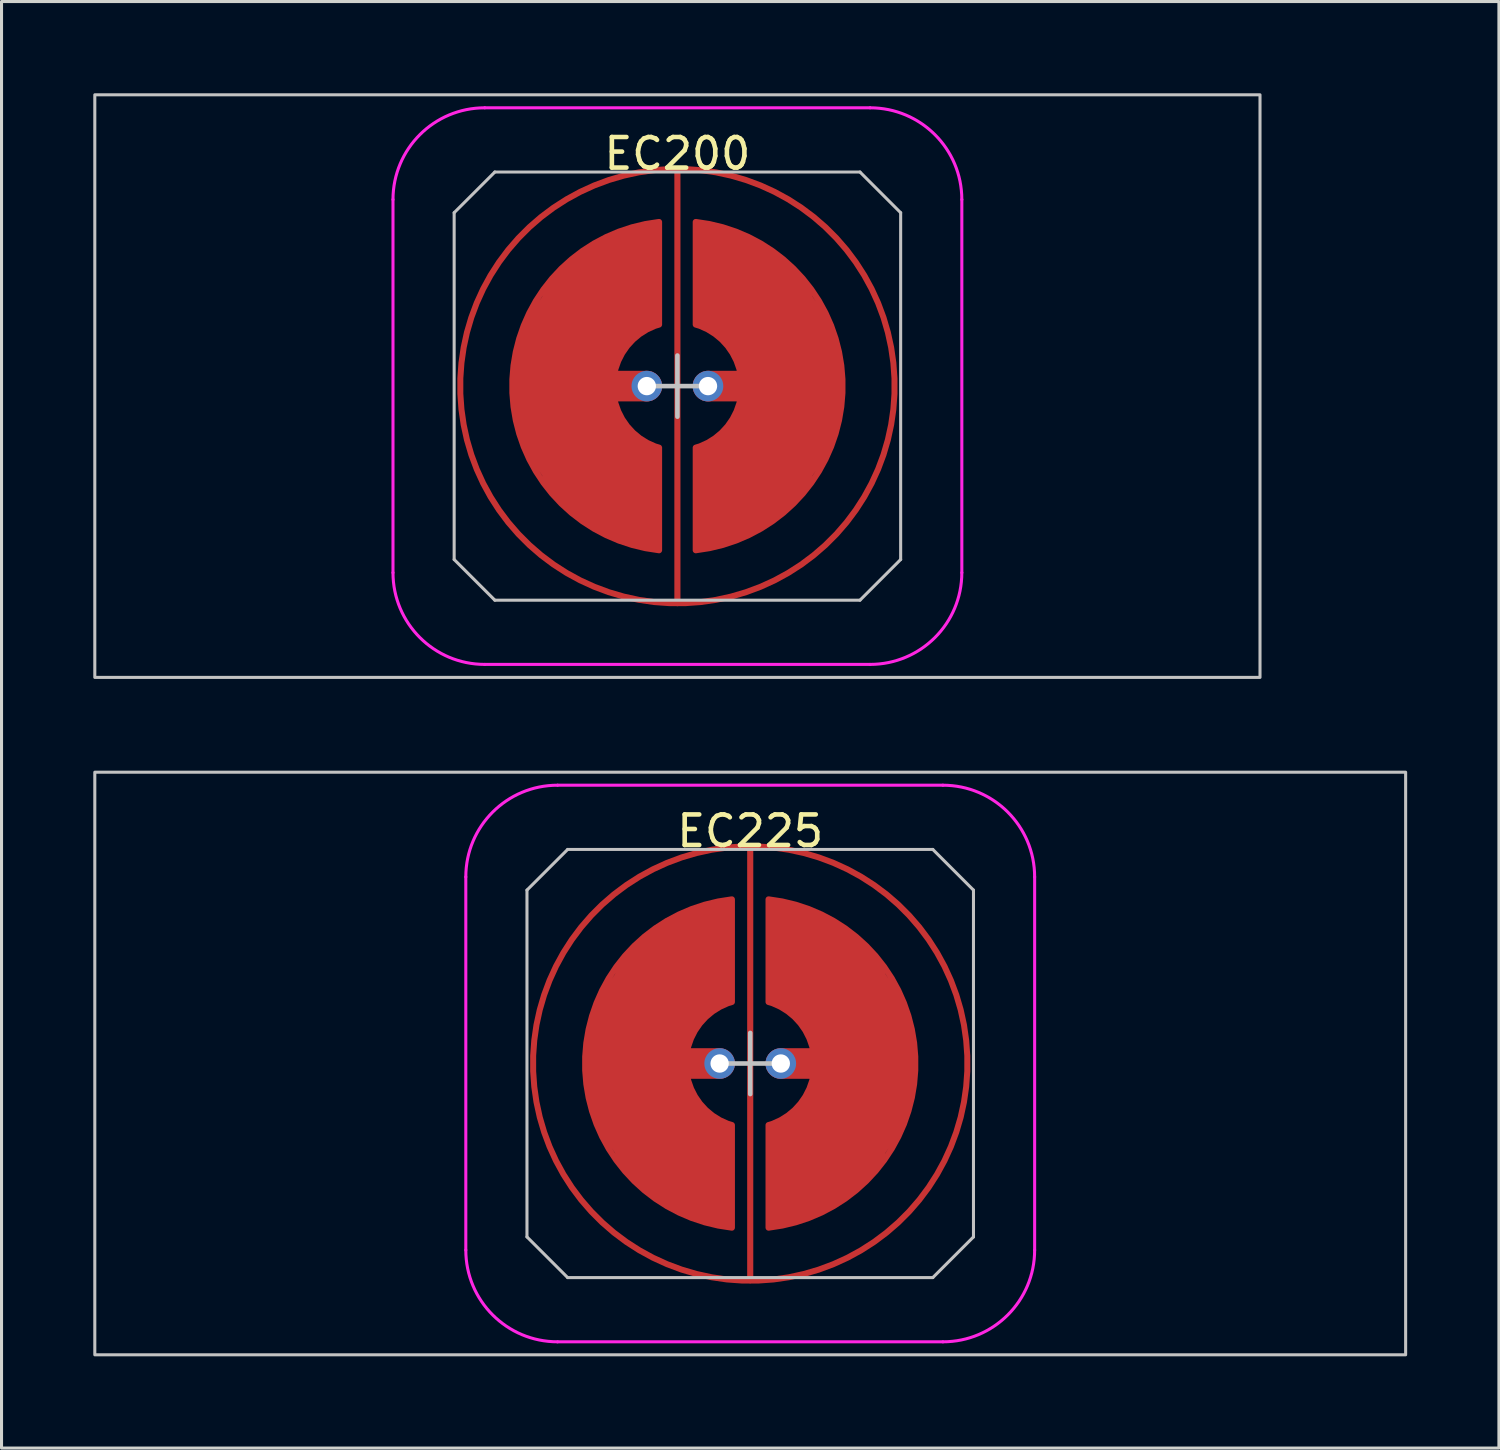
<source format=kicad_pcb>
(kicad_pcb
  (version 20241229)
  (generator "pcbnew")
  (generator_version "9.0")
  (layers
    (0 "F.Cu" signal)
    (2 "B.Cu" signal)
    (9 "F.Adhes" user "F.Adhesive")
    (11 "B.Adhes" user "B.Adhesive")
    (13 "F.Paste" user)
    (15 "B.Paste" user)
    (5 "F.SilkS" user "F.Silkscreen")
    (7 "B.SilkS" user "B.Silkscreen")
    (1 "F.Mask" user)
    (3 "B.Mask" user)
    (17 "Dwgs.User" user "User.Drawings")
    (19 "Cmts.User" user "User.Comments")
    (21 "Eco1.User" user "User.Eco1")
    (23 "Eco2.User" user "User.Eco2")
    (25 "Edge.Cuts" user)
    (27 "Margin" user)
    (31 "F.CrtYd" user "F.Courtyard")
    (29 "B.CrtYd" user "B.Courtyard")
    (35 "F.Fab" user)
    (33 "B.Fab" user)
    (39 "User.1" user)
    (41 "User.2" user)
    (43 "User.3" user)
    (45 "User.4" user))
  (footprint "EC225"
    (layer "F.Cu")
    (at 21.481 31.725)
    (property "Reference" "EC225" (at 0 -7.6 0) (layer "F.SilkS") (effects (font (size 1 1) (thickness 0.15))))
    (attr through_hole exclude_from_pos_files exclude_from_bom)
    (fp_line (start -7.3 -5.67) (end -5.97 -7) (stroke (width 0.1) (type solid)) (layer "Dwgs.User"))
    (fp_line (start -7.3 5.67) (end -7.3 -5.67) (stroke (width 0.1) (type solid)) (layer "Dwgs.User"))
    (fp_line (start -7.3 5.67) (end -5.97 7) (stroke (width 0.1) (type solid)) (layer "Dwgs.User"))
    (fp_line (start -5.97 -7) (end 5.97 -7) (stroke (width 0.1) (type solid)) (layer "Dwgs.User"))
    (fp_line (start -1 0) (end 1 0) (stroke (width 0.15) (type default)) (layer "Dwgs.User"))
    (fp_line (start 0 -1) (end 0 1) (stroke (width 0.15) (type default)) (layer "Dwgs.User"))
    (fp_line (start 5.97 -7) (end 7.3 -5.67) (stroke (width 0.1) (type solid)) (layer "Dwgs.User"))
    (fp_line (start 5.97 7) (end -5.97 7) (stroke (width 0.1) (type solid)) (layer "Dwgs.User"))
    (fp_line (start 7.3 -5.67) (end 7.3 5.67) (stroke (width 0.1) (type solid)) (layer "Dwgs.User"))
    (fp_line (start 7.3 5.67) (end 5.97 7) (stroke (width 0.1) (type solid)) (layer "Dwgs.User"))
    (fp_rect (start -21.431 -9.525) (end 21.431 9.525) (stroke (width 0.1) (type solid)) (fill no) (layer "Dwgs.User"))
    (fp_line (start -9.3 6.1) (end -9.3 -6.1) (stroke (width 0.1) (type solid)) (layer "F.CrtYd"))
    (fp_line (start -6.3 -9.1) (end 6.3 -9.1) (stroke (width 0.1) (type solid)) (layer "F.CrtYd"))
    (fp_line (start -6.3 9.1) (end 6.3 9.1) (stroke (width 0.1) (type solid)) (layer "F.CrtYd"))
    (fp_line (start 9.3 -6.1) (end 9.3 6.1) (stroke (width 0.1) (type solid)) (layer "F.CrtYd"))
    (fp_arc (start -9.3 -6.1) (mid -8.42132 -8.22132) (end -6.3 -9.1) (stroke (width 0.1) (type solid)) (layer "F.CrtYd"))
    (fp_arc (start -6.3 9.1) (mid -8.42132 8.22132) (end -9.3 6.1) (stroke (width 0.1) (type solid)) (layer "F.CrtYd"))
    (fp_arc (start 6.3 -9.1) (mid 8.42132 -8.22132) (end 9.3 -6.1) (stroke (width 0.1) (type solid)) (layer "F.CrtYd"))
    (fp_arc (start 9.3 6.1) (mid 8.42132 8.22132) (end 6.3 9.1) (stroke (width 0.1) (type solid)) (layer "F.CrtYd"))
    (pad "" smd circle (at -1 0) (size 0.55 0.55) (layers "F.Mask"))
    (pad "" smd circle (at 1 0) (size 0.55 0.55) (layers "F.Mask"))
    (pad "1" smd custom (at 0 0 90) (size 0.2 0.2) (layers "F.Cu") (options (anchor circle)) (primitives (gr_line (start 7.1 0) (end -7.1 0) (width 0.2)) (gr_circle (center 0 0) (end 7.1 0) (width 0.2) (fill no))))
    (pad "2" smd custom (at -4.1 0) (size 0.2 0.2) (layers "F.Cu") (options (anchor circle)) (primitives (gr_poly (pts (xy 3.1 5.3) (xy 2.1 5) (xy 1.1 4.5) (xy 0.1 3.6) (xy -0.9 2) (xy -1.2 1) (xy -1.3 0) (xy -1.2 -1) (xy -0.9 -2) (xy 0.1 -3.6) (xy 1.1 -4.5) (xy 2.1 -5) (xy 3.1 -5.3) (xy 3.5 -5.367) (xy 3.5 -2.012) (xy 3.1 -1.8) (xy 2.2 -1) (xy 2 0) (xy 2.2 1) (xy 3.1 1.8) (xy 3.5 2.012) (xy 3.5 5.367)) (width 0) (fill yes)) (gr_line (start 3.1 0) (end 0.6 0) (width 1)) (gr_line (start 3.5 2.012) (end 3.5 5.367) (width 0.2)) (gr_line (start 3.5 -2.012) (end 3.5 -5.367) (width 0.2)) (gr_arc (start 3.5 5.366562) (mid -1.299999 0.001944) (end 3.496136 -5.366129) (width 0.2)) (gr_arc (start 3.5 2.01246) (mid 2.000002 0.001775) (end 3.496598 -2.011443) (width 0.2))))
    (pad "2" thru_hole circle (at -1 0) (size 1 1) (drill 0.6) (layers "*.Cu" "B.Mask"))
    (pad "3" thru_hole circle (at 1 0) (size 1 1) (drill 0.6) (layers "*.Cu" "B.Mask"))
    (pad "3" smd custom (at 4.1 0) (size 0.2 0.2) (layers "F.Cu") (options (anchor circle)) (primitives (gr_poly (pts (xy -3.1 -5.3) (xy -2.1 -5) (xy -1.1 -4.5) (xy -0.1 -3.6) (xy 0.9 -2) (xy 1.2 -1) (xy 1.3 0) (xy 1.2 1) (xy 0.9 2) (xy -0.1 3.6) (xy -1.1 4.5) (xy -2.1 5) (xy -3.5 5.367) (xy -3.5 2.012) (xy -3.1 1.8) (xy -2.2 1) (xy -2 0) (xy -2.2 -1) (xy -3.1 -1.8) (xy -3.5 -2.012) (xy -3.5 -5.367)) (width 0) (fill yes)) (gr_line (start -3.5 -2.012) (end -3.5 -5.367) (width 0.2)) (gr_arc (start -3.5 -2.01246) (mid -2.000002 -0.001775) (end -3.496598 2.011443) (width 0.2)) (gr_arc (start -3.5 -5.366562) (mid 1.299999 -0.001944) (end -3.496136 5.366129) (width 0.2)) (gr_line (start -3.5 2.012) (end -3.5 5.367) (width 0.2)) (gr_line (start -0.6 0) (end -3.1 0) (width 1))))
    (zone (net_name "") (layers "F.Cu" "B.Cu") (hatch edge 0.508) (connect_pads) (min_thickness 0.254) (filled_areas_thickness no) (keepout (tracks allowed) (vias allowed) (pads allowed) (copperpour not_allowed) (footprints allowed)) (placement (enabled no)) (fill) (polygon (pts (xy 22.481 24.725) (xy 23.481 24.925) (xy 24.481 25.325) (xy 25.481 25.825) (xy 26.481 26.725) (xy 27.381 27.725) (xy 27.881 28.725) (xy 28.281 29.725) (xy 28.481 30.725) (xy 28.581 31.725) (xy 28.481 32.725) (xy 28.281 33.725) (xy 27.881 34.725) (xy 27.481 35.525) (xy 26.481 36.825) (xy 25.481 37.625) (xy 24.481 38.225) (xy 23.481 38.525) (xy 22.481 38.725) (xy 21.481 38.825) (xy 20.481 38.725) (xy 19.481 38.525) (xy 18.481 38.125) (xy 17.481 37.625) (xy 16.481 36.725) (xy 15.581 35.725) (xy 15.081 34.725) (xy 14.681 33.725) (xy 14.481 32.725) (xy 14.381 31.725) (xy 14.481 30.725) (xy 14.681 29.825) (xy 15.081 28.725) (xy 15.581 27.725) (xy 16.381 26.725) (xy 17.481 25.825) (xy 18.481 25.325) (xy 19.481 24.925) (xy 20.481 24.725) (xy 21.481 24.625)))))
  (footprint "EC200"
    (layer "F.Cu")
    (at 19.1 9.575)
    (property "Reference" "EC200" (at 0 -7.6 0) (layer "F.SilkS") (effects (font (size 1 1) (thickness 0.15))))
    (attr through_hole exclude_from_pos_files exclude_from_bom)
    (fp_line (start -7.3 -5.67) (end -5.97 -7) (stroke (width 0.1) (type solid)) (layer "Dwgs.User"))
    (fp_line (start -7.3 5.67) (end -7.3 -5.67) (stroke (width 0.1) (type solid)) (layer "Dwgs.User"))
    (fp_line (start -7.3 5.67) (end -5.97 7) (stroke (width 0.1) (type solid)) (layer "Dwgs.User"))
    (fp_line (start -5.97 -7) (end 5.97 -7) (stroke (width 0.1) (type solid)) (layer "Dwgs.User"))
    (fp_line (start -1 0) (end 1 0) (stroke (width 0.15) (type default)) (layer "Dwgs.User"))
    (fp_line (start 0 -1) (end 0 1) (stroke (width 0.15) (type default)) (layer "Dwgs.User"))
    (fp_line (start 5.97 -7) (end 7.3 -5.67) (stroke (width 0.1) (type solid)) (layer "Dwgs.User"))
    (fp_line (start 5.97 7) (end -5.97 7) (stroke (width 0.1) (type solid)) (layer "Dwgs.User"))
    (fp_line (start 7.3 -5.67) (end 7.3 5.67) (stroke (width 0.1) (type solid)) (layer "Dwgs.User"))
    (fp_line (start 7.3 5.67) (end 5.97 7) (stroke (width 0.1) (type solid)) (layer "Dwgs.User"))
    (fp_rect (start -19.05 -9.525) (end 19.05 9.525) (stroke (width 0.1) (type solid)) (fill no) (layer "Dwgs.User"))
    (fp_line (start -9.3 6.1) (end -9.3 -6.1) (stroke (width 0.1) (type solid)) (layer "F.CrtYd"))
    (fp_line (start -6.3 -9.1) (end 6.3 -9.1) (stroke (width 0.1) (type solid)) (layer "F.CrtYd"))
    (fp_line (start -6.3 9.1) (end 6.3 9.1) (stroke (width 0.1) (type solid)) (layer "F.CrtYd"))
    (fp_line (start 9.3 -6.1) (end 9.3 6.1) (stroke (width 0.1) (type solid)) (layer "F.CrtYd"))
    (fp_arc (start -9.3 -6.1) (mid -8.42132 -8.22132) (end -6.3 -9.1) (stroke (width 0.1) (type solid)) (layer "F.CrtYd"))
    (fp_arc (start -6.3 9.1) (mid -8.42132 8.22132) (end -9.3 6.1) (stroke (width 0.1) (type solid)) (layer "F.CrtYd"))
    (fp_arc (start 6.3 -9.1) (mid 8.42132 -8.22132) (end 9.3 -6.1) (stroke (width 0.1) (type solid)) (layer "F.CrtYd"))
    (fp_arc (start 9.3 6.1) (mid 8.42132 8.22132) (end 6.3 9.1) (stroke (width 0.1) (type solid)) (layer "F.CrtYd"))
    (pad "" smd circle (at -1 0) (size 0.55 0.55) (layers "F.Mask"))
    (pad "" smd circle (at 1 0) (size 0.55 0.55) (layers "F.Mask"))
    (pad "1" smd custom (at 0 0 90) (size 0.2 0.2) (layers "F.Cu") (options (anchor circle)) (primitives (gr_line (start 7.1 0) (end -7.1 0) (width 0.2)) (gr_circle (center 0 0) (end 7.1 0) (width 0.2) (fill no))))
    (pad "2" smd custom (at -4.1 0) (size 0.2 0.2) (layers "F.Cu") (options (anchor circle)) (primitives (gr_poly (pts (xy 3.1 5.3) (xy 2.1 5) (xy 1.1 4.5) (xy 0.1 3.6) (xy -0.9 2) (xy -1.2 1) (xy -1.3 0) (xy -1.2 -1) (xy -0.9 -2) (xy 0.1 -3.6) (xy 1.1 -4.5) (xy 2.1 -5) (xy 3.1 -5.3) (xy 3.5 -5.367) (xy 3.5 -2.012) (xy 3.1 -1.8) (xy 2.2 -1) (xy 2 0) (xy 2.2 1) (xy 3.1 1.8) (xy 3.5 2.012) (xy 3.5 5.367)) (width 0) (fill yes)) (gr_line (start 3.1 0) (end 0.6 0) (width 1)) (gr_line (start 3.5 2.012) (end 3.5 5.367) (width 0.2)) (gr_line (start 3.5 -2.012) (end 3.5 -5.367) (width 0.2)) (gr_arc (start 3.5 5.366562) (mid -1.299999 0.001944) (end 3.496136 -5.366129) (width 0.2)) (gr_arc (start 3.5 2.01246) (mid 2.000002 0.001775) (end 3.496598 -2.011443) (width 0.2))))
    (pad "2" thru_hole circle (at -1 0) (size 1 1) (drill 0.6) (layers "*.Cu" "B.Mask"))
    (pad "3" thru_hole circle (at 1 0) (size 1 1) (drill 0.6) (layers "*.Cu" "B.Mask"))
    (pad "3" smd custom (at 4.1 0) (size 0.2 0.2) (layers "F.Cu") (options (anchor circle)) (primitives (gr_poly (pts (xy -3.1 -5.3) (xy -2.1 -5) (xy -1.1 -4.5) (xy -0.1 -3.6) (xy 0.9 -2) (xy 1.2 -1) (xy 1.3 0) (xy 1.2 1) (xy 0.9 2) (xy -0.1 3.6) (xy -1.1 4.5) (xy -2.1 5) (xy -3.5 5.367) (xy -3.5 2.012) (xy -3.1 1.8) (xy -2.2 1) (xy -2 0) (xy -2.2 -1) (xy -3.1 -1.8) (xy -3.5 -2.012) (xy -3.5 -5.367)) (width 0) (fill yes)) (gr_line (start -3.5 -2.012) (end -3.5 -5.367) (width 0.2)) (gr_arc (start -3.5 -2.01246) (mid -2.000002 -0.001775) (end -3.496598 2.011443) (width 0.2)) (gr_arc (start -3.5 -5.366562) (mid 1.299999 -0.001944) (end -3.496136 5.366129) (width 0.2)) (gr_line (start -3.5 2.012) (end -3.5 5.367) (width 0.2)) (gr_line (start -0.6 0) (end -3.1 0) (width 1))))
    (zone (net_name "") (layers "F.Cu" "B.Cu") (hatch edge 0.508) (connect_pads) (min_thickness 0.254) (filled_areas_thickness no) (keepout (tracks allowed) (vias allowed) (pads allowed) (copperpour not_allowed) (footprints allowed)) (placement (enabled no)) (fill) (polygon (pts (xy 20.1 2.575) (xy 21.1 2.775) (xy 22.1 3.175) (xy 23.1 3.675) (xy 24.1 4.575) (xy 25 5.575) (xy 25.5 6.575) (xy 25.9 7.575) (xy 26.1 8.575) (xy 26.2 9.575) (xy 26.1 10.575) (xy 25.9 11.575) (xy 25.5 12.575) (xy 25.1 13.375) (xy 24.1 14.675) (xy 23.1 15.475) (xy 22.1 16.075) (xy 21.1 16.375) (xy 20.1 16.575) (xy 19.1 16.675) (xy 18.1 16.575) (xy 17.1 16.375) (xy 16.1 15.975) (xy 15.1 15.475) (xy 14.1 14.575) (xy 13.2 13.575) (xy 12.7 12.575) (xy 12.3 11.575) (xy 12.1 10.575) (xy 12 9.575) (xy 12.1 8.575) (xy 12.3 7.675) (xy 12.7 6.575) (xy 13.2 5.575) (xy 14 4.575) (xy 15.1 3.675) (xy 16.1 3.175) (xy 17.1 2.775) (xy 18.1 2.575) (xy 19.1 2.475)))))
  (gr_rect
    (start -3 -3)
    (end 45.962 44.3)
    (stroke (width 0.1) (type default))
    (fill no)
    (layer "Edge.Cuts")))
</source>
